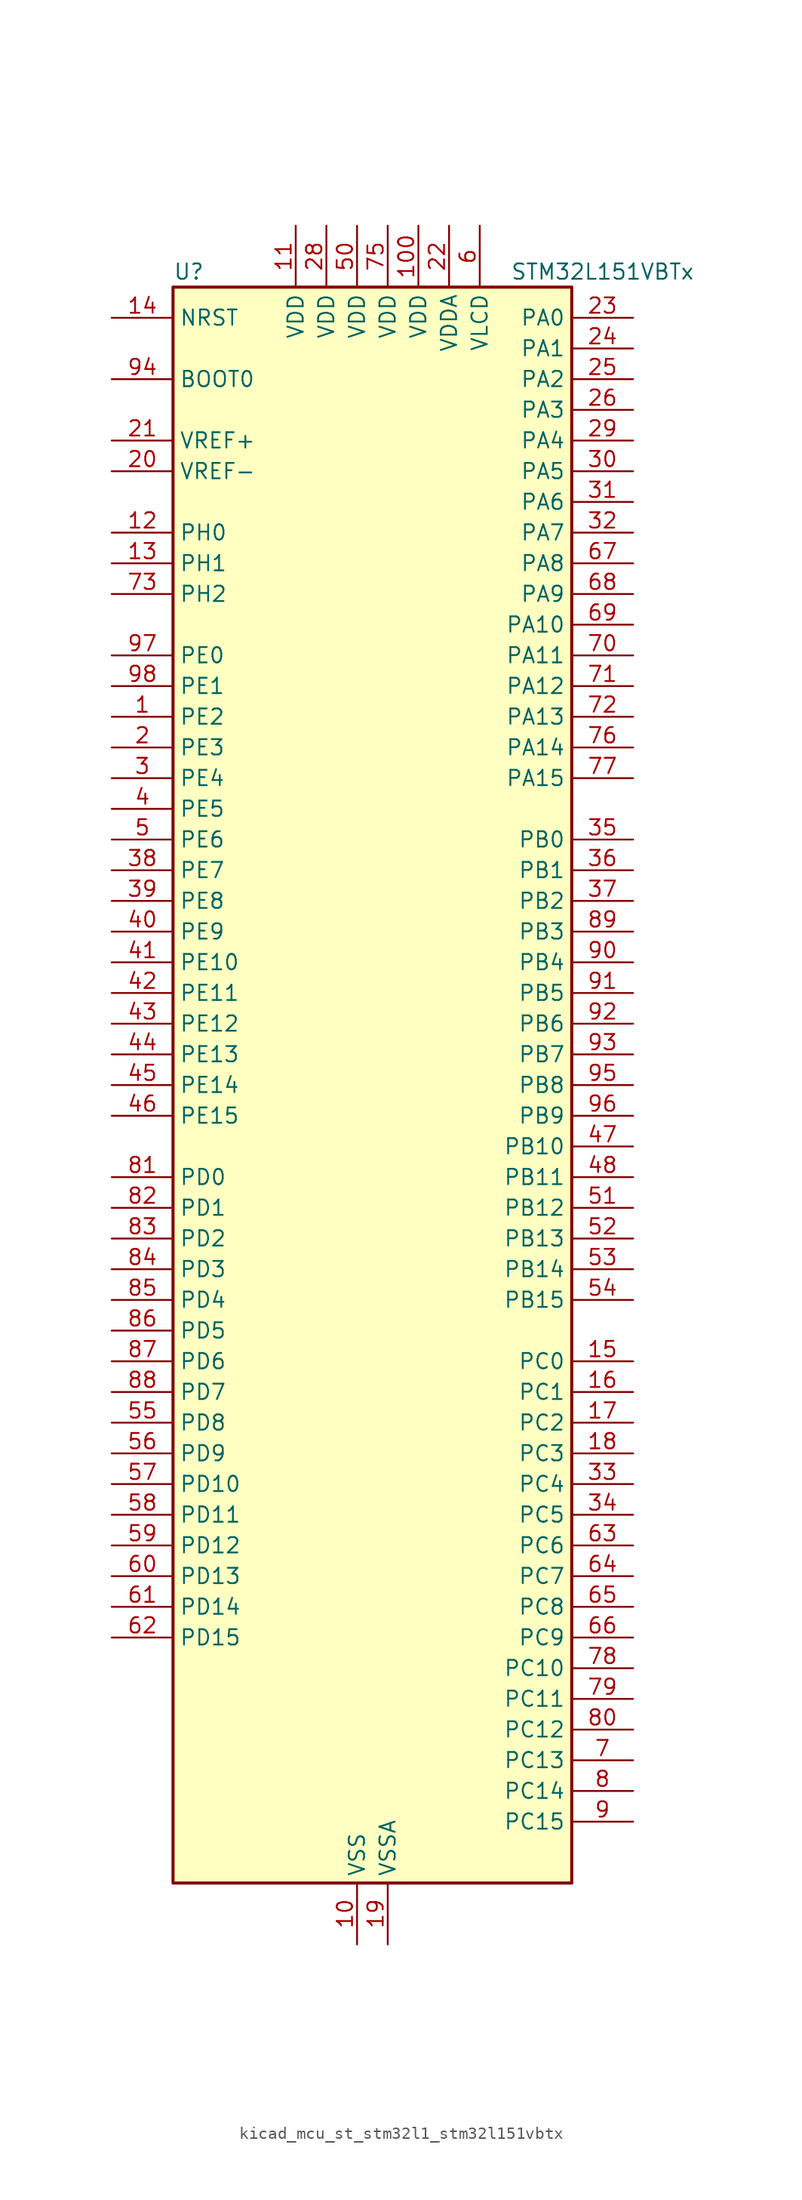
<source format=kicad_sym>
(kicad_symbol_lib
  (version 20220914)
  (generator kicad_symbol_editor)
  (symbol "kicad_mcu_st_stm32l1_stm32l151vbtx"
    (property "Reference" "U"
      (at -15.24 67.31 0)
      (effects (font (size 1.27 1.27)) (justify left)))
    (property "Value" "STM32L151VBTx"
      (at 12.7 67.31 0)
      (effects (font (size 1.27 1.27)) (justify left)))
    (property "ki_locked" ""
      (at 0 0 0)
      (effects (font (size 1.27 1.27))))
    (symbol "kicad_mcu_st_stm32l1_stm32l151vbtx_0_1"
      (rectangle (start -15.24 -66.04) (end 17.78 66.04) (stroke (width 0.254) (type default)) (fill (type background))))
    (symbol "kicad_mcu_st_stm32l1_stm32l151vbtx_1_1"
      (pin bidirectional line (at -20.32 30.48 0) (length 5.08) (name "PE2" (effects (font (size 1.27 1.27)))) (number "1" (effects (font (size 1.27 1.27)))) (alternate "SYS_TRACECK" bidirectional line) (alternate "TIM3_ETR" bidirectional line) (alternate "TIMX_IC3" bidirectional line))
      (pin power_in line (at 0 -71.12 90) (length 5.08) (name "VSS" (effects (font (size 1.27 1.27)))) (number "10" (effects (font (size 1.27 1.27)))))
      (pin power_in line (at 5.08 71.12 270) (length 5.08) (name "VDD" (effects (font (size 1.27 1.27)))) (number "100" (effects (font (size 1.27 1.27)))))
      (pin power_in line (at -5.08 71.12 270) (length 5.08) (name "VDD" (effects (font (size 1.27 1.27)))) (number "11" (effects (font (size 1.27 1.27)))))
      (pin bidirectional line (at -20.32 45.72 0) (length 5.08) (name "PH0" (effects (font (size 1.27 1.27)))) (number "12" (effects (font (size 1.27 1.27)))) (alternate "RCC_OSC_IN" bidirectional line))
      (pin bidirectional line (at -20.32 43.18 0) (length 5.08) (name "PH1" (effects (font (size 1.27 1.27)))) (number "13" (effects (font (size 1.27 1.27)))) (alternate "RCC_OSC_OUT" bidirectional line))
      (pin input line (at -20.32 63.5 0) (length 5.08) (name "NRST" (effects (font (size 1.27 1.27)))) (number "14" (effects (font (size 1.27 1.27)))))
      (pin bidirectional line (at 22.86 -22.86 180) (length 5.08) (name "PC0" (effects (font (size 1.27 1.27)))) (number "15" (effects (font (size 1.27 1.27)))) (alternate "ADC_IN10" bidirectional line) (alternate "COMP1_INP" bidirectional line) (alternate "TIMX_IC1" bidirectional line) (alternate "TS_G8_IO1" bidirectional line))
      (pin bidirectional line (at 22.86 -25.4 180) (length 5.08) (name "PC1" (effects (font (size 1.27 1.27)))) (number "16" (effects (font (size 1.27 1.27)))) (alternate "ADC_IN11" bidirectional line) (alternate "COMP1_INP" bidirectional line) (alternate "TIMX_IC2" bidirectional line) (alternate "TS_G8_IO2" bidirectional line))
      (pin bidirectional line (at 22.86 -27.94 180) (length 5.08) (name "PC2" (effects (font (size 1.27 1.27)))) (number "17" (effects (font (size 1.27 1.27)))) (alternate "ADC_IN12" bidirectional line) (alternate "COMP1_INP" bidirectional line) (alternate "TIMX_IC3" bidirectional line) (alternate "TS_G8_IO3" bidirectional line))
      (pin bidirectional line (at 22.86 -30.48 180) (length 5.08) (name "PC3" (effects (font (size 1.27 1.27)))) (number "18" (effects (font (size 1.27 1.27)))) (alternate "ADC_IN13" bidirectional line) (alternate "COMP1_INP" bidirectional line) (alternate "TIMX_IC4" bidirectional line) (alternate "TS_G8_IO4" bidirectional line))
      (pin power_in line (at 2.54 -71.12 90) (length 5.08) (name "VSSA" (effects (font (size 1.27 1.27)))) (number "19" (effects (font (size 1.27 1.27)))))
      (pin bidirectional line (at -20.32 27.94 0) (length 5.08) (name "PE3" (effects (font (size 1.27 1.27)))) (number "2" (effects (font (size 1.27 1.27)))) (alternate "SYS_TRACED0" bidirectional line) (alternate "TIM3_CH1" bidirectional line) (alternate "TIMX_IC4" bidirectional line))
      (pin input line (at -20.32 50.8 0) (length 5.08) (name "VREF-" (effects (font (size 1.27 1.27)))) (number "20" (effects (font (size 1.27 1.27)))))
      (pin input line (at -20.32 53.34 0) (length 5.08) (name "VREF+" (effects (font (size 1.27 1.27)))) (number "21" (effects (font (size 1.27 1.27)))))
      (pin power_in line (at 7.62 71.12 270) (length 5.08) (name "VDDA" (effects (font (size 1.27 1.27)))) (number "22" (effects (font (size 1.27 1.27)))))
      (pin bidirectional line (at 22.86 63.5 180) (length 5.08) (name "PA0" (effects (font (size 1.27 1.27)))) (number "23" (effects (font (size 1.27 1.27)))) (alternate "ADC_IN0" bidirectional line) (alternate "COMP1_INP" bidirectional line) (alternate "SYS_WKUP1" bidirectional line) (alternate "TIM2_CH1" bidirectional line) (alternate "TIM2_ETR" bidirectional line) (alternate "TIMX_IC1" bidirectional line) (alternate "TS_G1_IO1" bidirectional line) (alternate "USART2_CTS" bidirectional line))
      (pin bidirectional line (at 22.86 60.96 180) (length 5.08) (name "PA1" (effects (font (size 1.27 1.27)))) (number "24" (effects (font (size 1.27 1.27)))) (alternate "ADC_IN1" bidirectional line) (alternate "COMP1_INP" bidirectional line) (alternate "TIM2_CH2" bidirectional line) (alternate "TIMX_IC2" bidirectional line) (alternate "TS_G1_IO2" bidirectional line) (alternate "USART2_RTS" bidirectional line))
      (pin bidirectional line (at 22.86 58.42 180) (length 5.08) (name "PA2" (effects (font (size 1.27 1.27)))) (number "25" (effects (font (size 1.27 1.27)))) (alternate "ADC_IN2" bidirectional line) (alternate "COMP1_INP" bidirectional line) (alternate "TIM2_CH3" bidirectional line) (alternate "TIM9_CH1" bidirectional line) (alternate "TIMX_IC3" bidirectional line) (alternate "TS_G1_IO3" bidirectional line) (alternate "USART2_TX" bidirectional line))
      (pin bidirectional line (at 22.86 55.88 180) (length 5.08) (name "PA3" (effects (font (size 1.27 1.27)))) (number "26" (effects (font (size 1.27 1.27)))) (alternate "ADC_IN3" bidirectional line) (alternate "COMP1_INP" bidirectional line) (alternate "TIM2_CH4" bidirectional line) (alternate "TIM9_CH2" bidirectional line) (alternate "TIMX_IC4" bidirectional line) (alternate "TS_G1_IO4" bidirectional line) (alternate "USART2_RX" bidirectional line))
      (pin passive line (at 0 -71.12 90) (length 5.08) hide (name "VSS" (effects (font (size 1.27 1.27)))) (number "27" (effects (font (size 1.27 1.27)))))
      (pin power_in line (at -2.54 71.12 270) (length 5.08) (name "VDD" (effects (font (size 1.27 1.27)))) (number "28" (effects (font (size 1.27 1.27)))))
      (pin bidirectional line (at 22.86 53.34 180) (length 5.08) (name "PA4" (effects (font (size 1.27 1.27)))) (number "29" (effects (font (size 1.27 1.27)))) (alternate "ADC_IN4" bidirectional line) (alternate "COMP1_INP" bidirectional line) (alternate "DAC_OUT1" bidirectional line) (alternate "SPI1_NSS" bidirectional line) (alternate "TIMX_IC1" bidirectional line) (alternate "USART2_CK" bidirectional line))
      (pin bidirectional line (at -20.32 25.4 0) (length 5.08) (name "PE4" (effects (font (size 1.27 1.27)))) (number "3" (effects (font (size 1.27 1.27)))) (alternate "SYS_TRACED1" bidirectional line) (alternate "TIM3_CH2" bidirectional line) (alternate "TIMX_IC1" bidirectional line))
      (pin bidirectional line (at 22.86 50.8 180) (length 5.08) (name "PA5" (effects (font (size 1.27 1.27)))) (number "30" (effects (font (size 1.27 1.27)))) (alternate "ADC_IN5" bidirectional line) (alternate "COMP1_INP" bidirectional line) (alternate "DAC_OUT2" bidirectional line) (alternate "SPI1_SCK" bidirectional line) (alternate "TIM2_CH1" bidirectional line) (alternate "TIM2_ETR" bidirectional line) (alternate "TIMX_IC2" bidirectional line))
      (pin bidirectional line (at 22.86 48.26 180) (length 5.08) (name "PA6" (effects (font (size 1.27 1.27)))) (number "31" (effects (font (size 1.27 1.27)))) (alternate "ADC_IN6" bidirectional line) (alternate "COMP1_INP" bidirectional line) (alternate "SPI1_MISO" bidirectional line) (alternate "TIM10_CH1" bidirectional line) (alternate "TIM3_CH1" bidirectional line) (alternate "TIMX_IC3" bidirectional line) (alternate "TS_G2_IO1" bidirectional line))
      (pin bidirectional line (at 22.86 45.72 180) (length 5.08) (name "PA7" (effects (font (size 1.27 1.27)))) (number "32" (effects (font (size 1.27 1.27)))) (alternate "ADC_IN7" bidirectional line) (alternate "COMP1_INP" bidirectional line) (alternate "SPI1_MOSI" bidirectional line) (alternate "TIM11_CH1" bidirectional line) (alternate "TIM3_CH2" bidirectional line) (alternate "TIMX_IC4" bidirectional line) (alternate "TS_G2_IO2" bidirectional line))
      (pin bidirectional line (at 22.86 -33.02 180) (length 5.08) (name "PC4" (effects (font (size 1.27 1.27)))) (number "33" (effects (font (size 1.27 1.27)))) (alternate "ADC_IN14" bidirectional line) (alternate "COMP1_INP" bidirectional line) (alternate "TIMX_IC1" bidirectional line) (alternate "TS_G9_IO1" bidirectional line))
      (pin bidirectional line (at 22.86 -35.56 180) (length 5.08) (name "PC5" (effects (font (size 1.27 1.27)))) (number "34" (effects (font (size 1.27 1.27)))) (alternate "ADC_IN15" bidirectional line) (alternate "COMP1_INP" bidirectional line) (alternate "TIMX_IC2" bidirectional line) (alternate "TS_G9_IO2" bidirectional line))
      (pin bidirectional line (at 22.86 20.32 180) (length 5.08) (name "PB0" (effects (font (size 1.27 1.27)))) (number "35" (effects (font (size 1.27 1.27)))) (alternate "ADC_IN8" bidirectional line) (alternate "COMP1_INP" bidirectional line) (alternate "SYS_V_REF_OUT" bidirectional line) (alternate "TIM3_CH3" bidirectional line) (alternate "TS_G3_IO1" bidirectional line))
      (pin bidirectional line (at 22.86 17.78 180) (length 5.08) (name "PB1" (effects (font (size 1.27 1.27)))) (number "36" (effects (font (size 1.27 1.27)))) (alternate "ADC_IN9" bidirectional line) (alternate "COMP1_INP" bidirectional line) (alternate "SYS_V_REF_OUT" bidirectional line) (alternate "TIM3_CH4" bidirectional line) (alternate "TS_G3_IO2" bidirectional line))
      (pin bidirectional line (at 22.86 15.24 180) (length 5.08) (name "PB2" (effects (font (size 1.27 1.27)))) (number "37" (effects (font (size 1.27 1.27)))))
      (pin bidirectional line (at -20.32 17.78 0) (length 5.08) (name "PE7" (effects (font (size 1.27 1.27)))) (number "38" (effects (font (size 1.27 1.27)))) (alternate "ADC_IN22" bidirectional line) (alternate "COMP1_INP" bidirectional line) (alternate "TIMX_IC4" bidirectional line))
      (pin bidirectional line (at -20.32 15.24 0) (length 5.08) (name "PE8" (effects (font (size 1.27 1.27)))) (number "39" (effects (font (size 1.27 1.27)))) (alternate "ADC_IN23" bidirectional line) (alternate "COMP1_INP" bidirectional line) (alternate "TIMX_IC1" bidirectional line))
      (pin bidirectional line (at -20.32 22.86 0) (length 5.08) (name "PE5" (effects (font (size 1.27 1.27)))) (number "4" (effects (font (size 1.27 1.27)))) (alternate "SYS_TRACED2" bidirectional line) (alternate "TIM9_CH1" bidirectional line) (alternate "TIMX_IC2" bidirectional line))
      (pin bidirectional line (at -20.32 12.7 0) (length 5.08) (name "PE9" (effects (font (size 1.27 1.27)))) (number "40" (effects (font (size 1.27 1.27)))) (alternate "ADC_IN24" bidirectional line) (alternate "COMP1_INP" bidirectional line) (alternate "DAC_EXTI9" bidirectional line) (alternate "TIM2_CH1" bidirectional line) (alternate "TIM2_ETR" bidirectional line) (alternate "TIMX_IC2" bidirectional line))
      (pin bidirectional line (at -20.32 10.16 0) (length 5.08) (name "PE10" (effects (font (size 1.27 1.27)))) (number "41" (effects (font (size 1.27 1.27)))) (alternate "ADC_IN25" bidirectional line) (alternate "COMP1_INP" bidirectional line) (alternate "TIM2_CH2" bidirectional line) (alternate "TIMX_IC3" bidirectional line))
      (pin bidirectional line (at -20.32 7.62 0) (length 5.08) (name "PE11" (effects (font (size 1.27 1.27)))) (number "42" (effects (font (size 1.27 1.27)))) (alternate "ADC_EXTI11" bidirectional line) (alternate "TIM2_CH3" bidirectional line) (alternate "TIMX_IC4" bidirectional line))
      (pin bidirectional line (at -20.32 5.08 0) (length 5.08) (name "PE12" (effects (font (size 1.27 1.27)))) (number "43" (effects (font (size 1.27 1.27)))) (alternate "SPI1_NSS" bidirectional line) (alternate "TIM2_CH4" bidirectional line) (alternate "TIMX_IC1" bidirectional line))
      (pin bidirectional line (at -20.32 2.54 0) (length 5.08) (name "PE13" (effects (font (size 1.27 1.27)))) (number "44" (effects (font (size 1.27 1.27)))) (alternate "SPI1_SCK" bidirectional line) (alternate "TIMX_IC2" bidirectional line))
      (pin bidirectional line (at -20.32 0 0) (length 5.08) (name "PE14" (effects (font (size 1.27 1.27)))) (number "45" (effects (font (size 1.27 1.27)))) (alternate "SPI1_MISO" bidirectional line) (alternate "TIMX_IC3" bidirectional line))
      (pin bidirectional line (at -20.32 -2.54 0) (length 5.08) (name "PE15" (effects (font (size 1.27 1.27)))) (number "46" (effects (font (size 1.27 1.27)))) (alternate "ADC_EXTI15" bidirectional line) (alternate "SPI1_MOSI" bidirectional line) (alternate "TIMX_IC4" bidirectional line))
      (pin bidirectional line (at 22.86 -5.08 180) (length 5.08) (name "PB10" (effects (font (size 1.27 1.27)))) (number "47" (effects (font (size 1.27 1.27)))) (alternate "I2C2_SCL" bidirectional line) (alternate "TIM2_CH3" bidirectional line) (alternate "USART3_TX" bidirectional line))
      (pin bidirectional line (at 22.86 -7.62 180) (length 5.08) (name "PB11" (effects (font (size 1.27 1.27)))) (number "48" (effects (font (size 1.27 1.27)))) (alternate "ADC_EXTI11" bidirectional line) (alternate "I2C2_SDA" bidirectional line) (alternate "TIM2_CH4" bidirectional line) (alternate "USART3_RX" bidirectional line))
      (pin passive line (at 0 -71.12 90) (length 5.08) hide (name "VSS" (effects (font (size 1.27 1.27)))) (number "49" (effects (font (size 1.27 1.27)))))
      (pin bidirectional line (at -20.32 20.32 0) (length 5.08) (name "PE6" (effects (font (size 1.27 1.27)))) (number "5" (effects (font (size 1.27 1.27)))) (alternate "SYS_TRACED3" bidirectional line) (alternate "SYS_WKUP3" bidirectional line) (alternate "TIM9_CH2" bidirectional line) (alternate "TIMX_IC3" bidirectional line))
      (pin power_in line (at 0 71.12 270) (length 5.08) (name "VDD" (effects (font (size 1.27 1.27)))) (number "50" (effects (font (size 1.27 1.27)))))
      (pin bidirectional line (at 22.86 -10.16 180) (length 5.08) (name "PB12" (effects (font (size 1.27 1.27)))) (number "51" (effects (font (size 1.27 1.27)))) (alternate "ADC_IN18" bidirectional line) (alternate "COMP1_INP" bidirectional line) (alternate "I2C2_SMBA" bidirectional line) (alternate "SPI2_NSS" bidirectional line) (alternate "TIM10_CH1" bidirectional line) (alternate "TS_G7_IO1" bidirectional line) (alternate "USART3_CK" bidirectional line))
      (pin bidirectional line (at 22.86 -12.7 180) (length 5.08) (name "PB13" (effects (font (size 1.27 1.27)))) (number "52" (effects (font (size 1.27 1.27)))) (alternate "ADC_IN19" bidirectional line) (alternate "COMP1_INP" bidirectional line) (alternate "SPI2_SCK" bidirectional line) (alternate "TIM9_CH1" bidirectional line) (alternate "TS_G7_IO2" bidirectional line) (alternate "USART3_CTS" bidirectional line))
      (pin bidirectional line (at 22.86 -15.24 180) (length 5.08) (name "PB14" (effects (font (size 1.27 1.27)))) (number "53" (effects (font (size 1.27 1.27)))) (alternate "ADC_IN20" bidirectional line) (alternate "COMP1_INP" bidirectional line) (alternate "SPI2_MISO" bidirectional line) (alternate "TIM9_CH2" bidirectional line) (alternate "TS_G7_IO3" bidirectional line) (alternate "USART3_RTS" bidirectional line))
      (pin bidirectional line (at 22.86 -17.78 180) (length 5.08) (name "PB15" (effects (font (size 1.27 1.27)))) (number "54" (effects (font (size 1.27 1.27)))) (alternate "ADC_EXTI15" bidirectional line) (alternate "ADC_IN21" bidirectional line) (alternate "COMP1_INP" bidirectional line) (alternate "RTC_REFIN" bidirectional line) (alternate "SPI2_MOSI" bidirectional line) (alternate "TIM11_CH1" bidirectional line) (alternate "TS_G7_IO4" bidirectional line))
      (pin bidirectional line (at -20.32 -27.94 0) (length 5.08) (name "PD8" (effects (font (size 1.27 1.27)))) (number "55" (effects (font (size 1.27 1.27)))) (alternate "TIMX_IC1" bidirectional line) (alternate "USART3_TX" bidirectional line))
      (pin bidirectional line (at -20.32 -30.48 0) (length 5.08) (name "PD9" (effects (font (size 1.27 1.27)))) (number "56" (effects (font (size 1.27 1.27)))) (alternate "DAC_EXTI9" bidirectional line) (alternate "TIMX_IC2" bidirectional line) (alternate "USART3_RX" bidirectional line))
      (pin bidirectional line (at -20.32 -33.02 0) (length 5.08) (name "PD10" (effects (font (size 1.27 1.27)))) (number "57" (effects (font (size 1.27 1.27)))) (alternate "TIMX_IC3" bidirectional line) (alternate "USART3_CK" bidirectional line))
      (pin bidirectional line (at -20.32 -35.56 0) (length 5.08) (name "PD11" (effects (font (size 1.27 1.27)))) (number "58" (effects (font (size 1.27 1.27)))) (alternate "ADC_EXTI11" bidirectional line) (alternate "TIMX_IC4" bidirectional line) (alternate "USART3_CTS" bidirectional line))
      (pin bidirectional line (at -20.32 -38.1 0) (length 5.08) (name "PD12" (effects (font (size 1.27 1.27)))) (number "59" (effects (font (size 1.27 1.27)))) (alternate "TIM4_CH1" bidirectional line) (alternate "TIMX_IC1" bidirectional line) (alternate "USART3_RTS" bidirectional line))
      (pin power_in line (at 10.16 71.12 270) (length 5.08) (name "VLCD" (effects (font (size 1.27 1.27)))) (number "6" (effects (font (size 1.27 1.27)))))
      (pin bidirectional line (at -20.32 -40.64 0) (length 5.08) (name "PD13" (effects (font (size 1.27 1.27)))) (number "60" (effects (font (size 1.27 1.27)))) (alternate "TIM4_CH2" bidirectional line) (alternate "TIMX_IC2" bidirectional line))
      (pin bidirectional line (at -20.32 -43.18 0) (length 5.08) (name "PD14" (effects (font (size 1.27 1.27)))) (number "61" (effects (font (size 1.27 1.27)))) (alternate "TIM4_CH3" bidirectional line) (alternate "TIMX_IC3" bidirectional line))
      (pin bidirectional line (at -20.32 -45.72 0) (length 5.08) (name "PD15" (effects (font (size 1.27 1.27)))) (number "62" (effects (font (size 1.27 1.27)))) (alternate "ADC_EXTI15" bidirectional line) (alternate "TIM4_CH4" bidirectional line) (alternate "TIMX_IC4" bidirectional line))
      (pin bidirectional line (at 22.86 -38.1 180) (length 5.08) (name "PC6" (effects (font (size 1.27 1.27)))) (number "63" (effects (font (size 1.27 1.27)))) (alternate "TIM3_CH1" bidirectional line) (alternate "TIMX_IC3" bidirectional line) (alternate "TS_G10_IO1" bidirectional line))
      (pin bidirectional line (at 22.86 -40.64 180) (length 5.08) (name "PC7" (effects (font (size 1.27 1.27)))) (number "64" (effects (font (size 1.27 1.27)))) (alternate "TIM3_CH2" bidirectional line) (alternate "TIMX_IC4" bidirectional line) (alternate "TS_G10_IO2" bidirectional line))
      (pin bidirectional line (at 22.86 -43.18 180) (length 5.08) (name "PC8" (effects (font (size 1.27 1.27)))) (number "65" (effects (font (size 1.27 1.27)))) (alternate "TIM3_CH3" bidirectional line) (alternate "TIMX_IC1" bidirectional line) (alternate "TS_G10_IO3" bidirectional line))
      (pin bidirectional line (at 22.86 -45.72 180) (length 5.08) (name "PC9" (effects (font (size 1.27 1.27)))) (number "66" (effects (font (size 1.27 1.27)))) (alternate "DAC_EXTI9" bidirectional line) (alternate "TIM3_CH4" bidirectional line) (alternate "TIMX_IC2" bidirectional line) (alternate "TS_G10_IO4" bidirectional line))
      (pin bidirectional line (at 22.86 43.18 180) (length 5.08) (name "PA8" (effects (font (size 1.27 1.27)))) (number "67" (effects (font (size 1.27 1.27)))) (alternate "RCC_MCO" bidirectional line) (alternate "TIMX_IC1" bidirectional line) (alternate "TS_G4_IO1" bidirectional line) (alternate "USART1_CK" bidirectional line))
      (pin bidirectional line (at 22.86 40.64 180) (length 5.08) (name "PA9" (effects (font (size 1.27 1.27)))) (number "68" (effects (font (size 1.27 1.27)))) (alternate "DAC_EXTI9" bidirectional line) (alternate "TIMX_IC2" bidirectional line) (alternate "TS_G4_IO2" bidirectional line) (alternate "USART1_TX" bidirectional line))
      (pin bidirectional line (at 22.86 38.1 180) (length 5.08) (name "PA10" (effects (font (size 1.27 1.27)))) (number "69" (effects (font (size 1.27 1.27)))) (alternate "TIMX_IC3" bidirectional line) (alternate "TS_G4_IO3" bidirectional line) (alternate "USART1_RX" bidirectional line))
      (pin bidirectional line (at 22.86 -55.88 180) (length 5.08) (name "PC13" (effects (font (size 1.27 1.27)))) (number "7" (effects (font (size 1.27 1.27)))) (alternate "RTC_OUT_ALARM" bidirectional line) (alternate "RTC_OUT_CALIB" bidirectional line) (alternate "RTC_TAMP1" bidirectional line) (alternate "RTC_TS" bidirectional line) (alternate "SYS_WKUP2" bidirectional line) (alternate "TIMX_IC2" bidirectional line))
      (pin bidirectional line (at 22.86 35.56 180) (length 5.08) (name "PA11" (effects (font (size 1.27 1.27)))) (number "70" (effects (font (size 1.27 1.27)))) (alternate "ADC_EXTI11" bidirectional line) (alternate "SPI1_MISO" bidirectional line) (alternate "TIMX_IC4" bidirectional line) (alternate "USART1_CTS" bidirectional line) (alternate "USB_DM" bidirectional line))
      (pin bidirectional line (at 22.86 33.02 180) (length 5.08) (name "PA12" (effects (font (size 1.27 1.27)))) (number "71" (effects (font (size 1.27 1.27)))) (alternate "SPI1_MOSI" bidirectional line) (alternate "TIMX_IC1" bidirectional line) (alternate "USART1_RTS" bidirectional line) (alternate "USB_DP" bidirectional line))
      (pin bidirectional line (at 22.86 30.48 180) (length 5.08) (name "PA13" (effects (font (size 1.27 1.27)))) (number "72" (effects (font (size 1.27 1.27)))) (alternate "SYS_JTMS-SWDIO" bidirectional line) (alternate "TIMX_IC2" bidirectional line) (alternate "TS_G5_IO1" bidirectional line))
      (pin bidirectional line (at -20.32 40.64 0) (length 5.08) (name "PH2" (effects (font (size 1.27 1.27)))) (number "73" (effects (font (size 1.27 1.27)))))
      (pin passive line (at 0 -71.12 90) (length 5.08) hide (name "VSS" (effects (font (size 1.27 1.27)))) (number "74" (effects (font (size 1.27 1.27)))))
      (pin power_in line (at 2.54 71.12 270) (length 5.08) (name "VDD" (effects (font (size 1.27 1.27)))) (number "75" (effects (font (size 1.27 1.27)))))
      (pin bidirectional line (at 22.86 27.94 180) (length 5.08) (name "PA14" (effects (font (size 1.27 1.27)))) (number "76" (effects (font (size 1.27 1.27)))) (alternate "SYS_JTCK-SWCLK" bidirectional line) (alternate "TIMX_IC3" bidirectional line) (alternate "TS_G5_IO2" bidirectional line))
      (pin bidirectional line (at 22.86 25.4 180) (length 5.08) (name "PA15" (effects (font (size 1.27 1.27)))) (number "77" (effects (font (size 1.27 1.27)))) (alternate "ADC_EXTI15" bidirectional line) (alternate "SPI1_NSS" bidirectional line) (alternate "SYS_JTDI" bidirectional line) (alternate "TIM2_CH1" bidirectional line) (alternate "TIM2_ETR" bidirectional line) (alternate "TIMX_IC4" bidirectional line) (alternate "TS_G5_IO3" bidirectional line))
      (pin bidirectional line (at 22.86 -48.26 180) (length 5.08) (name "PC10" (effects (font (size 1.27 1.27)))) (number "78" (effects (font (size 1.27 1.27)))) (alternate "TIMX_IC3" bidirectional line) (alternate "USART3_TX" bidirectional line))
      (pin bidirectional line (at 22.86 -50.8 180) (length 5.08) (name "PC11" (effects (font (size 1.27 1.27)))) (number "79" (effects (font (size 1.27 1.27)))) (alternate "ADC_EXTI11" bidirectional line) (alternate "TIMX_IC4" bidirectional line) (alternate "USART3_RX" bidirectional line))
      (pin bidirectional line (at 22.86 -58.42 180) (length 5.08) (name "PC14" (effects (font (size 1.27 1.27)))) (number "8" (effects (font (size 1.27 1.27)))) (alternate "RCC_OSC32_IN" bidirectional line) (alternate "TIMX_IC3" bidirectional line))
      (pin bidirectional line (at 22.86 -53.34 180) (length 5.08) (name "PC12" (effects (font (size 1.27 1.27)))) (number "80" (effects (font (size 1.27 1.27)))) (alternate "TIMX_IC1" bidirectional line) (alternate "USART3_CK" bidirectional line))
      (pin bidirectional line (at -20.32 -7.62 0) (length 5.08) (name "PD0" (effects (font (size 1.27 1.27)))) (number "81" (effects (font (size 1.27 1.27)))) (alternate "SPI2_NSS" bidirectional line) (alternate "TIM9_CH1" bidirectional line) (alternate "TIMX_IC1" bidirectional line))
      (pin bidirectional line (at -20.32 -10.16 0) (length 5.08) (name "PD1" (effects (font (size 1.27 1.27)))) (number "82" (effects (font (size 1.27 1.27)))) (alternate "SPI2_SCK" bidirectional line) (alternate "TIMX_IC2" bidirectional line))
      (pin bidirectional line (at -20.32 -12.7 0) (length 5.08) (name "PD2" (effects (font (size 1.27 1.27)))) (number "83" (effects (font (size 1.27 1.27)))) (alternate "TIM3_ETR" bidirectional line) (alternate "TIMX_IC3" bidirectional line))
      (pin bidirectional line (at -20.32 -15.24 0) (length 5.08) (name "PD3" (effects (font (size 1.27 1.27)))) (number "84" (effects (font (size 1.27 1.27)))) (alternate "SPI2_MISO" bidirectional line) (alternate "TIMX_IC4" bidirectional line) (alternate "USART2_CTS" bidirectional line))
      (pin bidirectional line (at -20.32 -17.78 0) (length 5.08) (name "PD4" (effects (font (size 1.27 1.27)))) (number "85" (effects (font (size 1.27 1.27)))) (alternate "SPI2_MOSI" bidirectional line) (alternate "TIMX_IC1" bidirectional line) (alternate "USART2_RTS" bidirectional line))
      (pin bidirectional line (at -20.32 -20.32 0) (length 5.08) (name "PD5" (effects (font (size 1.27 1.27)))) (number "86" (effects (font (size 1.27 1.27)))) (alternate "TIMX_IC2" bidirectional line) (alternate "USART2_TX" bidirectional line))
      (pin bidirectional line (at -20.32 -22.86 0) (length 5.08) (name "PD6" (effects (font (size 1.27 1.27)))) (number "87" (effects (font (size 1.27 1.27)))) (alternate "TIMX_IC3" bidirectional line) (alternate "USART2_RX" bidirectional line))
      (pin bidirectional line (at -20.32 -25.4 0) (length 5.08) (name "PD7" (effects (font (size 1.27 1.27)))) (number "88" (effects (font (size 1.27 1.27)))) (alternate "TIM9_CH2" bidirectional line) (alternate "TIMX_IC4" bidirectional line) (alternate "USART2_CK" bidirectional line))
      (pin bidirectional line (at 22.86 12.7 180) (length 5.08) (name "PB3" (effects (font (size 1.27 1.27)))) (number "89" (effects (font (size 1.27 1.27)))) (alternate "COMP2_INM" bidirectional line) (alternate "SPI1_SCK" bidirectional line) (alternate "SYS_JTDO-TRACESWO" bidirectional line) (alternate "TIM2_CH2" bidirectional line))
      (pin bidirectional line (at 22.86 -60.96 180) (length 5.08) (name "PC15" (effects (font (size 1.27 1.27)))) (number "9" (effects (font (size 1.27 1.27)))) (alternate "ADC_EXTI15" bidirectional line) (alternate "RCC_OSC32_OUT" bidirectional line) (alternate "TIMX_IC4" bidirectional line))
      (pin bidirectional line (at 22.86 10.16 180) (length 5.08) (name "PB4" (effects (font (size 1.27 1.27)))) (number "90" (effects (font (size 1.27 1.27)))) (alternate "COMP2_INP" bidirectional line) (alternate "SPI1_MISO" bidirectional line) (alternate "SYS_JTRST" bidirectional line) (alternate "TIM3_CH1" bidirectional line) (alternate "TS_G6_IO1" bidirectional line))
      (pin bidirectional line (at 22.86 7.62 180) (length 5.08) (name "PB5" (effects (font (size 1.27 1.27)))) (number "91" (effects (font (size 1.27 1.27)))) (alternate "COMP2_INP" bidirectional line) (alternate "I2C1_SMBA" bidirectional line) (alternate "SPI1_MOSI" bidirectional line) (alternate "TIM3_CH2" bidirectional line) (alternate "TS_G6_IO2" bidirectional line))
      (pin bidirectional line (at 22.86 5.08 180) (length 5.08) (name "PB6" (effects (font (size 1.27 1.27)))) (number "92" (effects (font (size 1.27 1.27)))) (alternate "I2C1_SCL" bidirectional line) (alternate "TIM4_CH1" bidirectional line) (alternate "USART1_TX" bidirectional line))
      (pin bidirectional line (at 22.86 2.54 180) (length 5.08) (name "PB7" (effects (font (size 1.27 1.27)))) (number "93" (effects (font (size 1.27 1.27)))) (alternate "I2C1_SDA" bidirectional line) (alternate "SYS_PVD_IN" bidirectional line) (alternate "TIM4_CH2" bidirectional line) (alternate "USART1_RX" bidirectional line))
      (pin input line (at -20.32 58.42 0) (length 5.08) (name "BOOT0" (effects (font (size 1.27 1.27)))) (number "94" (effects (font (size 1.27 1.27)))))
      (pin bidirectional line (at 22.86 0 180) (length 5.08) (name "PB8" (effects (font (size 1.27 1.27)))) (number "95" (effects (font (size 1.27 1.27)))) (alternate "I2C1_SCL" bidirectional line) (alternate "TIM10_CH1" bidirectional line) (alternate "TIM4_CH3" bidirectional line))
      (pin bidirectional line (at 22.86 -2.54 180) (length 5.08) (name "PB9" (effects (font (size 1.27 1.27)))) (number "96" (effects (font (size 1.27 1.27)))) (alternate "DAC_EXTI9" bidirectional line) (alternate "I2C1_SDA" bidirectional line) (alternate "TIM11_CH1" bidirectional line) (alternate "TIM4_CH4" bidirectional line))
      (pin bidirectional line (at -20.32 35.56 0) (length 5.08) (name "PE0" (effects (font (size 1.27 1.27)))) (number "97" (effects (font (size 1.27 1.27)))) (alternate "TIM10_CH1" bidirectional line) (alternate "TIM4_ETR" bidirectional line) (alternate "TIMX_IC1" bidirectional line))
      (pin bidirectional line (at -20.32 33.02 0) (length 5.08) (name "PE1" (effects (font (size 1.27 1.27)))) (number "98" (effects (font (size 1.27 1.27)))) (alternate "TIM11_CH1" bidirectional line) (alternate "TIMX_IC2" bidirectional line))
      (pin passive line (at 0 -71.12 90) (length 5.08) hide (name "VSS" (effects (font (size 1.27 1.27)))) (number "99" (effects (font (size 1.27 1.27))))))))
</source>
